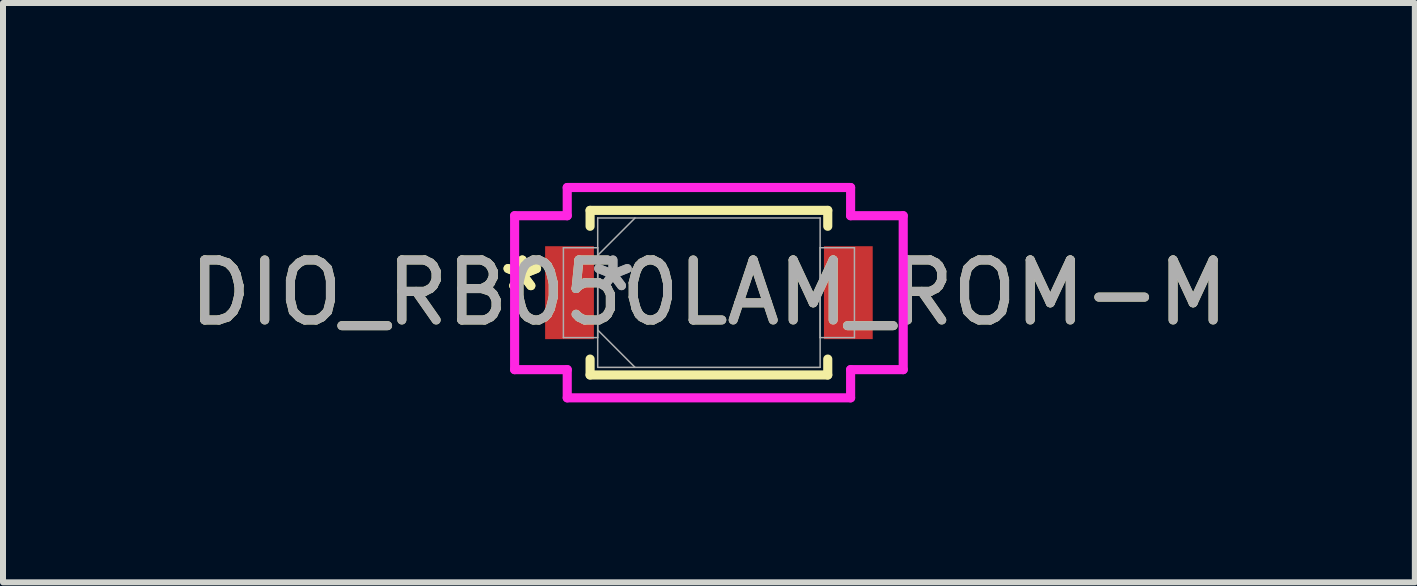
<source format=kicad_pcb>
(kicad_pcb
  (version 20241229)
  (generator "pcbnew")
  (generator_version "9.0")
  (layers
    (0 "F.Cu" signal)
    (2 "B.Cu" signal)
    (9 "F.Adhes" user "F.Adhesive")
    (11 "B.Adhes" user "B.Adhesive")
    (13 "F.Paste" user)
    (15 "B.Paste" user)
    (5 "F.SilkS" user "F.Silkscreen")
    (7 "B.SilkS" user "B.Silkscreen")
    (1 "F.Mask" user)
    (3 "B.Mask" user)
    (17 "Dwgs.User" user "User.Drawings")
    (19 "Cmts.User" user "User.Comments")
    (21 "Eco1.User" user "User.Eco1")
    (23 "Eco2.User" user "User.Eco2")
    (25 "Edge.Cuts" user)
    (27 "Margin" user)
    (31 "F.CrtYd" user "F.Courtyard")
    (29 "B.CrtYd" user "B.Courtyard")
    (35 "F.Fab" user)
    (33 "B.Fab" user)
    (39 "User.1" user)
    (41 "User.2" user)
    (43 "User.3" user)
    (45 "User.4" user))
  (footprint "DIO_RB050LAM_ROM-M"
    (layer "F.Cu")
    (at 8.768 1.829)
    (property "Reference" "DIO_RB050LAM_ROM-M" (at 0 0 0) (unlocked yes) (layer "F.SilkS") (effects (font (size 1 1) (thickness 0.15))))
    (attr smd)
    (fp_line (start -1.981 -1.372) (end -1.981 -1.107) (stroke (width 0.152) (type solid)) (layer "F.SilkS"))
    (fp_line (start -1.981 1.107) (end -1.981 1.372) (stroke (width 0.152) (type solid)) (layer "F.SilkS"))
    (fp_line (start -1.981 1.372) (end 1.981 1.372) (stroke (width 0.152) (type solid)) (layer "F.SilkS"))
    (fp_line (start 1.981 -1.372) (end -1.981 -1.372) (stroke (width 0.152) (type solid)) (layer "F.SilkS"))
    (fp_line (start 1.981 -1.107) (end 1.981 -1.372) (stroke (width 0.152) (type solid)) (layer "F.SilkS"))
    (fp_line (start 1.981 1.372) (end 1.981 1.107) (stroke (width 0.152) (type solid)) (layer "F.SilkS"))
    (fp_line (start -3.239 -1.283) (end -2.362 -1.283) (stroke (width 0.152) (type solid)) (layer "F.CrtYd"))
    (fp_line (start -3.239 1.283) (end -3.239 -1.283) (stroke (width 0.152) (type solid)) (layer "F.CrtYd"))
    (fp_line (start -2.362 -1.753) (end 2.362 -1.753) (stroke (width 0.152) (type solid)) (layer "F.CrtYd"))
    (fp_line (start -2.362 -1.283) (end -2.362 -1.753) (stroke (width 0.152) (type solid)) (layer "F.CrtYd"))
    (fp_line (start -2.362 1.283) (end -3.239 1.283) (stroke (width 0.152) (type solid)) (layer "F.CrtYd"))
    (fp_line (start -2.362 1.753) (end -2.362 1.283) (stroke (width 0.152) (type solid)) (layer "F.CrtYd"))
    (fp_line (start 2.362 -1.753) (end 2.362 -1.283) (stroke (width 0.152) (type solid)) (layer "F.CrtYd"))
    (fp_line (start 2.362 -1.283) (end 3.239 -1.283) (stroke (width 0.152) (type solid)) (layer "F.CrtYd"))
    (fp_line (start 2.362 1.283) (end 2.362 1.753) (stroke (width 0.152) (type solid)) (layer "F.CrtYd"))
    (fp_line (start 2.362 1.753) (end -2.362 1.753) (stroke (width 0.152) (type solid)) (layer "F.CrtYd"))
    (fp_line (start 3.239 -1.283) (end 3.239 1.283) (stroke (width 0.152) (type solid)) (layer "F.CrtYd"))
    (fp_line (start 3.239 1.283) (end 2.362 1.283) (stroke (width 0.152) (type solid)) (layer "F.CrtYd"))
    (fp_line (start -2.426 -0.749) (end -2.426 0.749) (stroke (width 0.025) (type solid)) (layer "F.Fab"))
    (fp_line (start -2.426 0.749) (end -1.854 0.749) (stroke (width 0.025) (type solid)) (layer "F.Fab"))
    (fp_line (start -1.854 -1.245) (end -1.854 1.245) (stroke (width 0.025) (type solid)) (layer "F.Fab"))
    (fp_line (start -1.854 -0.749) (end -2.426 -0.749) (stroke (width 0.025) (type solid)) (layer "F.Fab"))
    (fp_line (start -1.854 -0.622) (end -1.232 -1.245) (stroke (width 0.025) (type solid)) (layer "F.Fab"))
    (fp_line (start -1.854 0.622) (end -1.232 1.245) (stroke (width 0.025) (type solid)) (layer "F.Fab"))
    (fp_line (start -1.854 0.749) (end -1.854 -0.749) (stroke (width 0.025) (type solid)) (layer "F.Fab"))
    (fp_line (start -1.854 1.245) (end 1.854 1.245) (stroke (width 0.025) (type solid)) (layer "F.Fab"))
    (fp_line (start 1.854 -1.245) (end -1.854 -1.245) (stroke (width 0.025) (type solid)) (layer "F.Fab"))
    (fp_line (start 1.854 -0.749) (end 1.854 0.749) (stroke (width 0.025) (type solid)) (layer "F.Fab"))
    (fp_line (start 1.854 0.749) (end 2.426 0.749) (stroke (width 0.025) (type solid)) (layer "F.Fab"))
    (fp_line (start 1.854 1.245) (end 1.854 -1.245) (stroke (width 0.025) (type solid)) (layer "F.Fab"))
    (fp_line (start 2.426 -0.749) (end 1.854 -0.749) (stroke (width 0.025) (type solid)) (layer "F.Fab"))
    (fp_line (start 2.426 0.749) (end 2.426 -0.749) (stroke (width 0.025) (type solid)) (layer "F.Fab"))
    (fp_text user "*" (at -3.111 0 0) (unlocked yes) (layer "F.SilkS") (effects (font (size 1 1) (thickness 0.15))))
    (fp_text user "*" (at -3.111 0 0) (layer "F.SilkS") (effects (font (size 1 1) (thickness 0.15))))
    (fp_text user "${REFERENCE}" (at 0 0 0) (unlocked yes) (layer "F.Fab") (effects (font (size 1 1) (thickness 0.15))))
    (fp_text user "*" (at -1.6 0 0) (layer "F.Fab") (effects (font (size 1 1) (thickness 0.15))))
    (fp_text user "*" (at -1.6 0 0) (unlocked yes) (layer "F.Fab") (effects (font (size 1 1) (thickness 0.15))))
    (pad "1" smd rect (at -2.324 0) (size 0.813 1.549) (layers "F.Cu" "F.Mask" "F.Paste"))
    (pad "2" smd rect (at 2.324 0) (size 0.813 1.549) (layers "F.Cu" "F.Mask" "F.Paste"))
    (zone (net_name "") (layer "F.Cu") (hatch full 0.508) (connect_pads) (min_thickness 0.254) (filled_areas_thickness no) (keepout (tracks not_allowed) (vias not_allowed) (pads allowed) (copperpour not_allowed) (footprints allowed)) (placement (enabled no)) (fill) (polygon (pts (xy 6.901 0.635) (xy 10.635 0.635) (xy 10.635 3.023) (xy 6.901 3.023)))))
  (gr_rect
    (start -3 -3)
    (end 20.536 6.658)
    (stroke (width 0.1) (type default))
    (fill no)
    (layer "Edge.Cuts")))
</source>
